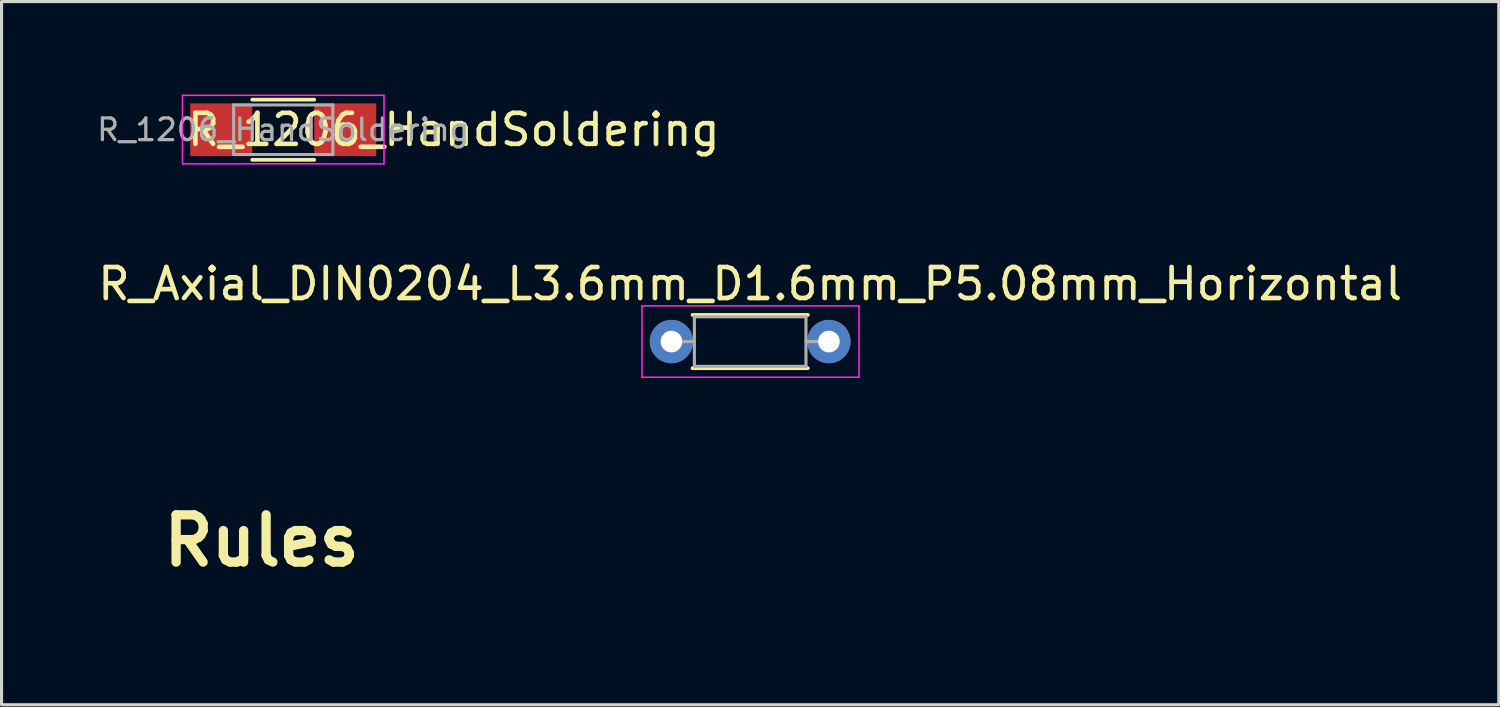
<source format=kicad_pcb>
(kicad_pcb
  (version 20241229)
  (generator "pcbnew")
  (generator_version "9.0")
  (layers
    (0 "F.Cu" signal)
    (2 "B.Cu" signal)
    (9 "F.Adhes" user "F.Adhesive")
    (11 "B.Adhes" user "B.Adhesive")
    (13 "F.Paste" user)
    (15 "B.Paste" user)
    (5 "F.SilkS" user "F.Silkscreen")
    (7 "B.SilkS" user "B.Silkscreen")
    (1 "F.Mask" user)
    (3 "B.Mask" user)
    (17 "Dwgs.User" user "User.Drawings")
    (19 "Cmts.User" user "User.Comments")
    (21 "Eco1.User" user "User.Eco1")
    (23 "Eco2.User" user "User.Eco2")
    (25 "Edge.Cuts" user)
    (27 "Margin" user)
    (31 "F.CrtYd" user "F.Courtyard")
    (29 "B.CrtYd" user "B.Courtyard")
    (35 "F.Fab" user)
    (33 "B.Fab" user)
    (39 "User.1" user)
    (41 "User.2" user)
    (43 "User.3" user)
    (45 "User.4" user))
  (footprint "R_1206_HandSoldering"
    (layer "F.Cu")
    (at 6.087 1.135)
    (property "Reference" "R_1206_HandSoldering" (at 5.5 0 0) (layer "F.SilkS") (effects (font (size 1 1) (thickness 0.15))))
    (attr smd)
    (fp_line (start -1 -0.97) (end 1 -0.97) (stroke (width 0.12) (type solid)) (layer "F.SilkS"))
    (fp_line (start 1 0.97) (end -1 0.97) (stroke (width 0.12) (type solid)) (layer "F.SilkS"))
    (fp_line (start -3.25 -1.11) (end -3.25 1.1) (stroke (width 0.05) (type solid)) (layer "F.CrtYd"))
    (fp_line (start -3.25 -1.11) (end 3.25 -1.11) (stroke (width 0.05) (type solid)) (layer "F.CrtYd"))
    (fp_line (start 3.25 1.1) (end -3.25 1.1) (stroke (width 0.05) (type solid)) (layer "F.CrtYd"))
    (fp_line (start 3.25 1.1) (end 3.25 -1.11) (stroke (width 0.05) (type solid)) (layer "F.CrtYd"))
    (fp_line (start -1.6 -0.8) (end 1.6 -0.8) (stroke (width 0.1) (type solid)) (layer "F.Fab"))
    (fp_line (start -1.6 0.8) (end -1.6 -0.8) (stroke (width 0.1) (type solid)) (layer "F.Fab"))
    (fp_line (start 1.6 -0.8) (end 1.6 0.8) (stroke (width 0.1) (type solid)) (layer "F.Fab"))
    (fp_line (start 1.6 0.8) (end -1.6 0.8) (stroke (width 0.1) (type solid)) (layer "F.Fab"))
    (fp_text user "${REFERENCE}" (at 0 0 0) (layer "F.Fab") (effects (font (size 0.7 0.7) (thickness 0.105))))
    (pad "1" smd rect (at -2 0) (size 2 1.7) (layers "F.Cu" "F.Mask" "F.Paste"))
    (pad "2" smd rect (at 2 0) (size 2 1.7) (layers "F.Cu" "F.Mask" "F.Paste")))
  (footprint "R_Axial_DIN0204_L3.6mm_D1.6mm_P5.08mm_Horizontal"
    (layer "F.Cu")
    (at 18.609 7.968)
    (property "Reference" "R_Axial_DIN0204_L3.6mm_D1.6mm_P5.08mm_Horizontal" (at 2.54 -1.86 0) (layer "F.SilkS") (effects (font (size 1 1) (thickness 0.15))))
    (attr through_hole)
    (fp_line (start 0.68 -0.86) (end 4.4 -0.86) (stroke (width 0.12) (type solid)) (layer "F.SilkS"))
    (fp_line (start 0.68 0.86) (end 4.4 0.86) (stroke (width 0.12) (type solid)) (layer "F.SilkS"))
    (fp_line (start -0.95 -1.15) (end -0.95 1.15) (stroke (width 0.05) (type solid)) (layer "F.CrtYd"))
    (fp_line (start -0.95 1.15) (end 6.05 1.15) (stroke (width 0.05) (type solid)) (layer "F.CrtYd"))
    (fp_line (start 6.05 -1.15) (end -0.95 -1.15) (stroke (width 0.05) (type solid)) (layer "F.CrtYd"))
    (fp_line (start 6.05 1.15) (end 6.05 -1.15) (stroke (width 0.05) (type solid)) (layer "F.CrtYd"))
    (fp_line (start 0 0) (end 0.74 0) (stroke (width 0.1) (type solid)) (layer "F.Fab"))
    (fp_line (start 0.74 -0.8) (end 0.74 0.8) (stroke (width 0.1) (type solid)) (layer "F.Fab"))
    (fp_line (start 0.74 0.8) (end 4.34 0.8) (stroke (width 0.1) (type solid)) (layer "F.Fab"))
    (fp_line (start 4.34 -0.8) (end 0.74 -0.8) (stroke (width 0.1) (type solid)) (layer "F.Fab"))
    (fp_line (start 4.34 0.8) (end 4.34 -0.8) (stroke (width 0.1) (type solid)) (layer "F.Fab"))
    (fp_line (start 5.08 0) (end 4.34 0) (stroke (width 0.1) (type solid)) (layer "F.Fab"))
    (pad "1" thru_hole circle (at 0 0) (size 1.4 1.4) (drill 0.7) (layers "*.Cu" "*.Mask"))
    (pad "2" thru_hole oval (at 5.08 0) (size 1.4 1.4) (drill 0.7) (layers "*.Cu" "*.Mask")))
  (footprint "Rules"
    (layer "F.Cu")
    (at 5.389 14.392)
    (property "Reference" "Rules" (at 0 0 0) (layer "F.SilkS") (effects (font (size 1.524 1.524) (thickness 0.3))))
    (attr through_hole)
    (fp_poly (pts (xy 5.131 -0.795) (xy 5.265 -0.741) (xy 5.348 -0.674) (xy 5.368 -0.609) (xy 5.323 -0.526) (xy 5.246 -0.441) (xy 5.116 -0.307) (xy 5.015 -0.407) (xy 4.878 -0.494) (xy 4.732 -0.506) (xy 4.599 -0.447) (xy 4.499 -0.323) (xy 4.49 -0.302) (xy 4.464 -0.181) (xy 4.499 -0.065) (xy 4.6 0.056) (xy 4.774 0.194) (xy 4.78 0.199) (xy 4.945 0.332) (xy 5.036 0.46) (xy 5.064 0.6) (xy 5.038 0.761) (xy 4.95 0.955) (xy 4.804 1.133) (xy 4.617 1.288) (xy 4.405 1.409) (xy 4.184 1.489) (xy 3.97 1.519) (xy 3.781 1.49) (xy 3.717 1.461) (xy 3.627 1.374) (xy 3.561 1.245) (xy 3.532 1.111) (xy 3.542 1.033) (xy 3.589 0.974) (xy 3.682 0.894) (xy 3.747 0.846) (xy 3.928 0.722) (xy 3.955 0.906) (xy 4.01 1.084) (xy 4.104 1.204) (xy 4.23 1.255) (xy 4.313 1.25) (xy 4.42 1.2) (xy 4.535 1.108) (xy 4.634 0.997) (xy 4.692 0.893) (xy 4.699 0.856) (xy 4.67 0.797) (xy 4.591 0.698) (xy 4.476 0.577) (xy 4.403 0.506) (xy 4.265 0.375) (xy 4.178 0.282) (xy 4.131 0.209) (xy 4.111 0.136) (xy 4.106 0.045) (xy 4.106 0.033) (xy 4.142 -0.158) (xy 4.239 -0.342) (xy 4.383 -0.507) (xy 4.558 -0.645) (xy 4.751 -0.746) (xy 4.947 -0.799) (xy 5.131 -0.795)) (stroke (width 0.01) (type solid)) (fill yes) (layer "F.Mask"))
    (fp_poly (pts (xy 3.308 -0.782) (xy 3.426 -0.693) (xy 3.504 -0.543) (xy 3.508 -0.381) (xy 3.436 -0.207) (xy 3.288 -0.017) (xy 3.062 0.192) (xy 2.755 0.42) (xy 2.697 0.46) (xy 2.53 0.578) (xy 2.427 0.67) (xy 2.38 0.753) (xy 2.38 0.846) (xy 2.419 0.965) (xy 2.431 0.995) (xy 2.515 1.12) (xy 2.634 1.175) (xy 2.791 1.16) (xy 2.988 1.074) (xy 3.228 0.916) (xy 3.26 0.892) (xy 3.395 0.791) (xy 3.478 0.738) (xy 3.523 0.725) (xy 3.543 0.747) (xy 3.55 0.776) (xy 3.537 0.848) (xy 3.472 0.939) (xy 3.346 1.063) (xy 3.338 1.07) (xy 3.071 1.273) (xy 2.795 1.421) (xy 2.53 1.504) (xy 2.453 1.515) (xy 2.322 1.521) (xy 2.234 1.5) (xy 2.149 1.437) (xy 2.097 1.385) (xy 2.014 1.296) (xy 1.97 1.218) (xy 1.951 1.118) (xy 1.948 0.967) (xy 1.975 0.623) (xy 2.018 0.432) (xy 2.401 0.432) (xy 2.617 0.276) (xy 2.754 0.17) (xy 2.879 0.059) (xy 2.941 -0.006) (xy 3.019 -0.119) (xy 3.071 -0.227) (xy 3.075 -0.239) (xy 3.078 -0.357) (xy 3.043 -0.466) (xy 2.981 -0.538) (xy 2.939 -0.55) (xy 2.845 -0.512) (xy 2.742 -0.406) (xy 2.638 -0.25) (xy 2.542 -0.058) (xy 2.465 0.154) (xy 2.425 0.31) (xy 2.401 0.432) (xy 2.018 0.432) (xy 2.05 0.29) (xy 2.166 -0.015) (xy 2.316 -0.273) (xy 2.488 -0.461) (xy 2.733 -0.642) (xy 2.955 -0.756) (xy 3.148 -0.803) (xy 3.308 -0.782)) (stroke (width 0.01) (type solid)) (fill yes) (layer "F.Mask"))
    (fp_poly (pts (xy 2.424 -2.239) (xy 2.514 -2.228) (xy 2.54 -2.216) (xy 2.517 -2.168) (xy 2.458 -2.081) (xy 2.432 -2.046) (xy 2.355 -1.957) (xy 2.284 -1.923) (xy 2.182 -1.927) (xy 2.157 -1.931) (xy 2.065 -1.942) (xy 1.985 -1.938) (xy 1.915 -1.911) (xy 1.852 -1.855) (xy 1.792 -1.763) (xy 1.731 -1.627) (xy 1.667 -1.442) (xy 1.596 -1.199) (xy 1.515 -0.891) (xy 1.42 -0.512) (xy 1.356 -0.254) (xy 1.269 0.104) (xy 1.203 0.389) (xy 1.155 0.609) (xy 1.125 0.773) (xy 1.111 0.889) (xy 1.113 0.967) (xy 1.128 1.014) (xy 1.156 1.039) (xy 1.166 1.044) (xy 1.257 1.045) (xy 1.351 1.01) (xy 1.452 0.952) (xy 1.586 0.874) (xy 1.662 0.829) (xy 1.776 0.765) (xy 1.837 0.742) (xy 1.859 0.757) (xy 1.863 0.792) (xy 1.828 0.865) (xy 1.733 0.96) (xy 1.662 1.015) (xy 1.4 1.199) (xy 1.198 1.337) (xy 1.045 1.433) (xy 0.933 1.493) (xy 0.853 1.52) (xy 0.796 1.519) (xy 0.751 1.494) (xy 0.723 1.464) (xy 0.684 1.402) (xy 0.661 1.319) (xy 0.656 1.207) (xy 0.67 1.056) (xy 0.702 0.854) (xy 0.755 0.593) (xy 0.829 0.262) (xy 0.845 0.191) (xy 0.946 -0.242) (xy 1.031 -0.6) (xy 1.103 -0.893) (xy 1.166 -1.129) (xy 1.222 -1.316) (xy 1.274 -1.463) (xy 1.325 -1.578) (xy 1.377 -1.67) (xy 1.435 -1.747) (xy 1.5 -1.818) (xy 1.552 -1.869) (xy 1.746 -2.041) (xy 1.911 -2.154) (xy 2.068 -2.218) (xy 2.235 -2.242) (xy 2.292 -2.244) (xy 2.424 -2.239)) (stroke (width 0.01) (type solid)) (fill yes) (layer "F.Mask"))
    (fp_poly (pts (xy 0.247 -0.81) (xy 0.243 -0.776) (xy 0.223 -0.707) (xy 0.184 -0.576) (xy 0.133 -0.399) (xy 0.073 -0.196) (xy 0.065 -0.169) (xy -0.008 0.099) (xy -0.071 0.358) (xy -0.12 0.594) (xy -0.153 0.795) (xy -0.167 0.946) (xy -0.16 1.034) (xy -0.153 1.046) (xy -0.103 1.043) (xy 0.00033 1.005) (xy 0.137 0.939) (xy 0.177 0.918) (xy 0.317 0.844) (xy 0.426 0.792) (xy 0.484 0.771) (xy 0.489 0.771) (xy 0.495 0.831) (xy 0.434 0.921) (xy 0.315 1.033) (xy 0.145 1.159) (xy -0.064 1.294) (xy -0.306 1.429) (xy -0.333 1.443) (xy -0.464 1.5) (xy -0.549 1.509) (xy -0.587 1.494) (xy -0.631 1.451) (xy -0.65 1.382) (xy -0.644 1.268) (xy -0.624 1.129) (xy -0.597 0.967) (xy -0.711 1.042) (xy -0.913 1.171) (xy -1.112 1.291) (xy -1.291 1.395) (xy -1.438 1.473) (xy -1.536 1.517) (xy -1.565 1.524) (xy -1.655 1.496) (xy -1.685 1.473) (xy -1.725 1.38) (xy -1.731 1.215) (xy -1.702 0.976) (xy -1.637 0.663) (xy -1.588 0.465) (xy -1.534 0.247) (xy -1.489 0.049) (xy -1.456 -0.11) (xy -1.441 -0.212) (xy -1.44 -0.225) (xy -1.448 -0.308) (xy -1.489 -0.326) (xy -1.535 -0.315) (xy -1.643 -0.274) (xy -1.75 -0.224) (xy -1.848 -0.182) (xy -1.889 -0.192) (xy -1.884 -0.26) (xy -1.88 -0.278) (xy -1.835 -0.331) (xy -1.734 -0.41) (xy -1.594 -0.504) (xy -1.436 -0.601) (xy -1.276 -0.69) (xy -1.135 -0.76) (xy -1.032 -0.8) (xy -1.002 -0.804) (xy -0.965 -0.797) (xy -0.944 -0.769) (xy -0.938 -0.709) (xy -0.95 -0.608) (xy -0.98 -0.455) (xy -1.03 -0.241) (xy -1.101 0.042) (xy -1.183 0.39) (xy -1.238 0.662) (xy -1.265 0.864) (xy -1.264 0.999) (xy -1.237 1.072) (xy -1.225 1.081) (xy -1.169 1.074) (xy -1.065 1.029) (xy -0.934 0.959) (xy -0.797 0.875) (xy -0.676 0.788) (xy -0.62 0.741) (xy -0.575 0.679) (xy -0.528 0.569) (xy -0.476 0.402) (xy -0.416 0.166) (xy -0.384 0.029) (xy -0.239 -0.599) (xy 0.013 -0.726) (xy 0.147 -0.791) (xy 0.22 -0.818) (xy 0.247 -0.81)) (stroke (width 0.01) (type solid)) (fill yes) (layer "F.Mask"))
    (fp_poly (pts (xy -3.182 -1.868) (xy -3.185 -1.83) (xy -3.187 -1.82) (xy -3.192 -1.772) (xy -3.162 -1.747) (xy -3.079 -1.737) (xy -2.97 -1.735) (xy -2.67 -1.711) (xy -2.433 -1.639) (xy -2.28 -1.538) (xy -2.17 -1.383) (xy -2.133 -1.204) (xy -2.162 -1.011) (xy -2.253 -0.817) (xy -2.401 -0.633) (xy -2.602 -0.471) (xy -2.773 -0.374) (xy -2.911 -0.313) (xy -3.022 -0.269) (xy -3.08 -0.254) (xy -3.129 -0.245) (xy -3.133 -0.239) (xy -3.12 -0.196) (xy -3.084 -0.086) (xy -3.029 0.079) (xy -2.96 0.286) (xy -2.88 0.523) (xy -2.877 0.531) (xy -2.728 0.953) (xy -2.591 1.299) (xy -2.464 1.573) (xy -2.342 1.781) (xy -2.223 1.929) (xy -2.101 2.023) (xy -1.974 2.068) (xy -1.899 2.074) (xy -1.767 2.059) (xy -1.661 2.001) (xy -1.591 1.937) (xy -1.496 1.833) (xy -1.422 1.739) (xy -1.407 1.714) (xy -1.369 1.656) (xy -1.335 1.664) (xy -1.292 1.714) (xy -1.18 1.862) (xy -1.126 1.963) (xy -1.133 2.037) (xy -1.205 2.1) (xy -1.344 2.172) (xy -1.37 2.184) (xy -1.596 2.256) (xy -1.855 2.287) (xy -2.116 2.277) (xy -2.346 2.226) (xy -2.396 2.205) (xy -2.632 2.054) (xy -2.841 1.825) (xy -3.026 1.516) (xy -3.051 1.463) (xy -3.115 1.321) (xy -3.174 1.17) (xy -3.233 0.996) (xy -3.297 0.786) (xy -3.371 0.524) (xy -3.458 0.198) (xy -3.486 0.09) (xy -3.524 -0.02) (xy -3.562 -0.083) (xy -3.577 -0.09) (xy -3.613 -0.049) (xy -3.652 0.047) (xy -3.666 0.096) (xy -3.729 0.302) (xy -3.809 0.478) (xy -3.919 0.651) (xy -4.076 0.847) (xy -4.104 0.879) (xy -4.368 1.185) (xy -4.044 1.185) (xy -3.868 1.19) (xy -3.773 1.207) (xy -3.759 1.239) (xy -3.822 1.291) (xy -3.94 1.356) (xy -4.014 1.39) (xy -4.093 1.412) (xy -4.193 1.426) (xy -4.332 1.433) (xy -4.525 1.433) (xy -4.746 1.43) (xy -5.384 1.418) (xy -5.297 1.308) (xy -5.228 1.241) (xy -5.135 1.2) (xy -4.989 1.175) (xy -4.954 1.171) (xy -4.803 1.153) (xy -4.677 1.127) (xy -4.571 1.086) (xy -4.48 1.022) (xy -4.4 0.927) (xy -4.327 0.793) (xy -4.254 0.613) (xy -4.178 0.378) (xy -4.094 0.081) (xy -3.997 -0.286) (xy -3.988 -0.323) (xy -3.542 -0.323) (xy -3.497 -0.312) (xy -3.421 -0.323) (xy -3.293 -0.357) (xy -3.144 -0.413) (xy -3.1 -0.432) (xy -2.892 -0.574) (xy -2.741 -0.774) (xy -2.673 -0.947) (xy -2.647 -1.158) (xy -2.69 -1.328) (xy -2.798 -1.45) (xy -2.964 -1.515) (xy -3.073 -1.524) (xy -3.144 -1.525) (xy -3.197 -1.519) (xy -3.237 -1.495) (xy -3.271 -1.441) (xy -3.304 -1.347) (xy -3.342 -1.2) (xy -3.391 -0.99) (xy -3.429 -0.826) (xy -3.47 -0.649) (xy -3.506 -0.497) (xy -3.532 -0.395) (xy -3.539 -0.371) (xy -3.542 -0.323) (xy -3.988 -0.323) (xy -3.936 -0.523) (xy -3.688 -1.49) (xy -3.844 -1.461) (xy -4.111 -1.375) (xy -4.318 -1.232) (xy -4.462 -1.037) (xy -4.537 -0.799) (xy -4.538 -0.524) (xy -4.527 -0.451) (xy -4.506 -0.329) (xy -4.497 -0.249) (xy -4.498 -0.231) (xy -4.543 -0.205) (xy -4.637 -0.157) (xy -4.752 -0.1) (xy -4.864 -0.046) (xy -4.945 -0.009) (xy -4.97 0) (xy -4.988 -0.038) (xy -5.016 -0.135) (xy -5.036 -0.226) (xy -5.058 -0.525) (xy -5.001 -0.807) (xy -4.867 -1.061) (xy -4.734 -1.213) (xy -4.535 -1.365) (xy -4.283 -1.491) (xy -3.963 -1.599) (xy -3.952 -1.602) (xy -3.756 -1.664) (xy -3.549 -1.739) (xy -3.414 -1.794) (xy -3.28 -1.852) (xy -3.208 -1.876) (xy -3.182 -1.868)) (stroke (width 0.01) (type solid)) (fill yes) (layer "F.Mask")))
  (gr_rect
    (start -3 -3)
    (end 45.298 19.684)
    (stroke (width 0.1) (type default))
    (fill no)
    (layer "Edge.Cuts")))
</source>
